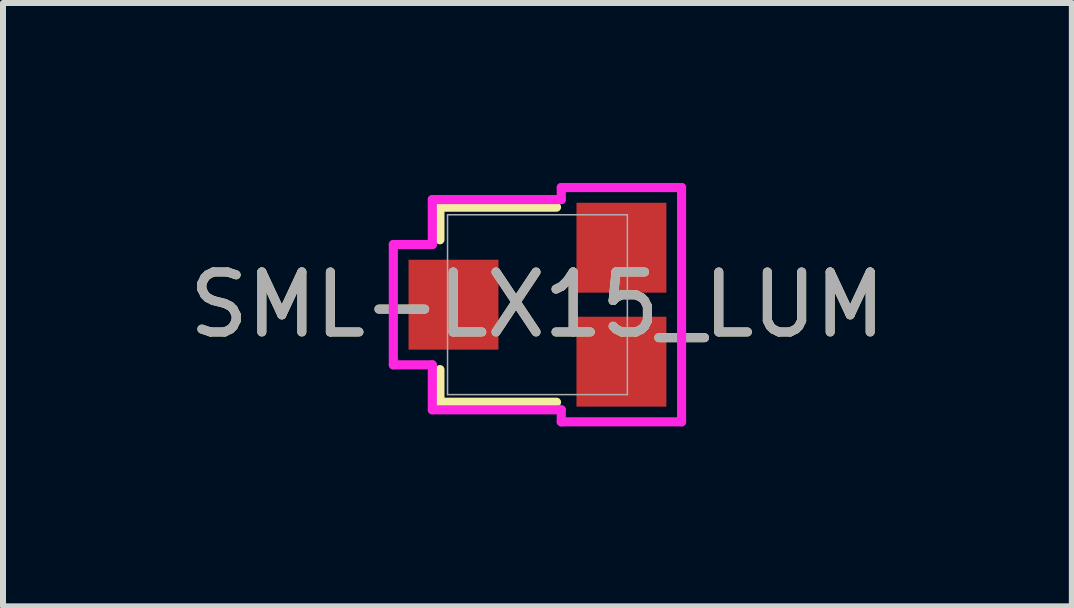
<source format=kicad_pcb>
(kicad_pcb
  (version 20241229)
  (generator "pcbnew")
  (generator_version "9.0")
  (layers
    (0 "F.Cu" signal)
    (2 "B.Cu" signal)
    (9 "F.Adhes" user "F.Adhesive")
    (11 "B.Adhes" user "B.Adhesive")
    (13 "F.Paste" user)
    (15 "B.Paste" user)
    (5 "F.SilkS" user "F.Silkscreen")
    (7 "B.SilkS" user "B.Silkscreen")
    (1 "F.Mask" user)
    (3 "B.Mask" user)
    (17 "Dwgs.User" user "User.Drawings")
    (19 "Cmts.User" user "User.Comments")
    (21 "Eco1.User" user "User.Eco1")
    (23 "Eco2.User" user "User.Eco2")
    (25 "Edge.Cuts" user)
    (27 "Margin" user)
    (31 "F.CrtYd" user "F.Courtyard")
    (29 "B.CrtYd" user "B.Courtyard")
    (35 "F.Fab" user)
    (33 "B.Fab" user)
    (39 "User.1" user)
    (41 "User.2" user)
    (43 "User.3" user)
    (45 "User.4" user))
  (footprint "SML-LX15_LUM"
    (layer "F.Cu")
    (at 5.911 2.03)
    (property "Reference" "SML-LX15_LUM" (at 0 0 0) (unlocked yes) (layer "F.SilkS") (effects (font (size 1 1) (thickness 0.15))))
    (attr smd)
    (fp_line (start -1.626 -1.626) (end 0.318 -1.626) (stroke (width 0.152) (type solid)) (layer "F.SilkS"))
    (fp_line (start -1.626 -1.082) (end -1.626 -1.626) (stroke (width 0.152) (type solid)) (layer "F.SilkS"))
    (fp_line (start -1.626 1.626) (end -1.626 1.082) (stroke (width 0.152) (type solid)) (layer "F.SilkS"))
    (fp_line (start 0.318 1.626) (end -1.626 1.626) (stroke (width 0.152) (type solid)) (layer "F.SilkS"))
    (fp_line (start -2.403 -1.003) (end -2.403 1.003) (stroke (width 0.152) (type solid)) (layer "F.CrtYd"))
    (fp_line (start -2.403 1.003) (end -1.753 1.003) (stroke (width 0.152) (type solid)) (layer "F.CrtYd"))
    (fp_line (start -1.753 -1.753) (end -1.753 -1.003) (stroke (width 0.152) (type solid)) (layer "F.CrtYd"))
    (fp_line (start -1.753 -1.003) (end -2.403 -1.003) (stroke (width 0.152) (type solid)) (layer "F.CrtYd"))
    (fp_line (start -1.753 1.003) (end -1.753 1.753) (stroke (width 0.152) (type solid)) (layer "F.CrtYd"))
    (fp_line (start -1.753 1.753) (end 0.397 1.753) (stroke (width 0.152) (type solid)) (layer "F.CrtYd"))
    (fp_line (start 0.397 -1.953) (end 0.397 -1.753) (stroke (width 0.152) (type solid)) (layer "F.CrtYd"))
    (fp_line (start 0.397 -1.753) (end -1.753 -1.753) (stroke (width 0.152) (type solid)) (layer "F.CrtYd"))
    (fp_line (start 0.397 1.753) (end 0.397 1.953) (stroke (width 0.152) (type solid)) (layer "F.CrtYd"))
    (fp_line (start 0.397 1.953) (end 2.403 1.953) (stroke (width 0.152) (type solid)) (layer "F.CrtYd"))
    (fp_line (start 2.403 -1.953) (end 0.397 -1.953) (stroke (width 0.152) (type solid)) (layer "F.CrtYd"))
    (fp_line (start 2.403 1.953) (end 2.403 -1.953) (stroke (width 0.152) (type solid)) (layer "F.CrtYd"))
    (fp_line (start -1.499 -1.499) (end -1.499 1.499) (stroke (width 0.025) (type solid)) (layer "F.Fab"))
    (fp_line (start -1.499 1.499) (end 1.499 1.499) (stroke (width 0.025) (type solid)) (layer "F.Fab"))
    (fp_line (start 1.499 -1.499) (end -1.499 -1.499) (stroke (width 0.025) (type solid)) (layer "F.Fab"))
    (fp_line (start 1.499 1.499) (end 1.499 -1.499) (stroke (width 0.025) (type solid)) (layer "F.Fab"))
    (fp_text user "${REFERENCE}" (at 0 0 0) (unlocked yes) (layer "F.Fab") (effects (font (size 1 1) (thickness 0.15))))
    (pad "1" smd rect (at 1.4 -0.95) (size 1.499 1.499) (layers "F.Cu" "F.Mask" "F.Paste"))
    (pad "2" smd rect (at 1.4 0.95) (size 1.499 1.499) (layers "F.Cu" "F.Mask" "F.Paste"))
    (pad "3" smd rect (at -1.4 0) (size 1.499 1.499) (layers "F.Cu" "F.Mask" "F.Paste")))
  (gr_rect
    (start -3 -3)
    (end 14.821 7.059)
    (stroke (width 0.1) (type default))
    (fill no)
    (layer "Edge.Cuts")))
</source>
